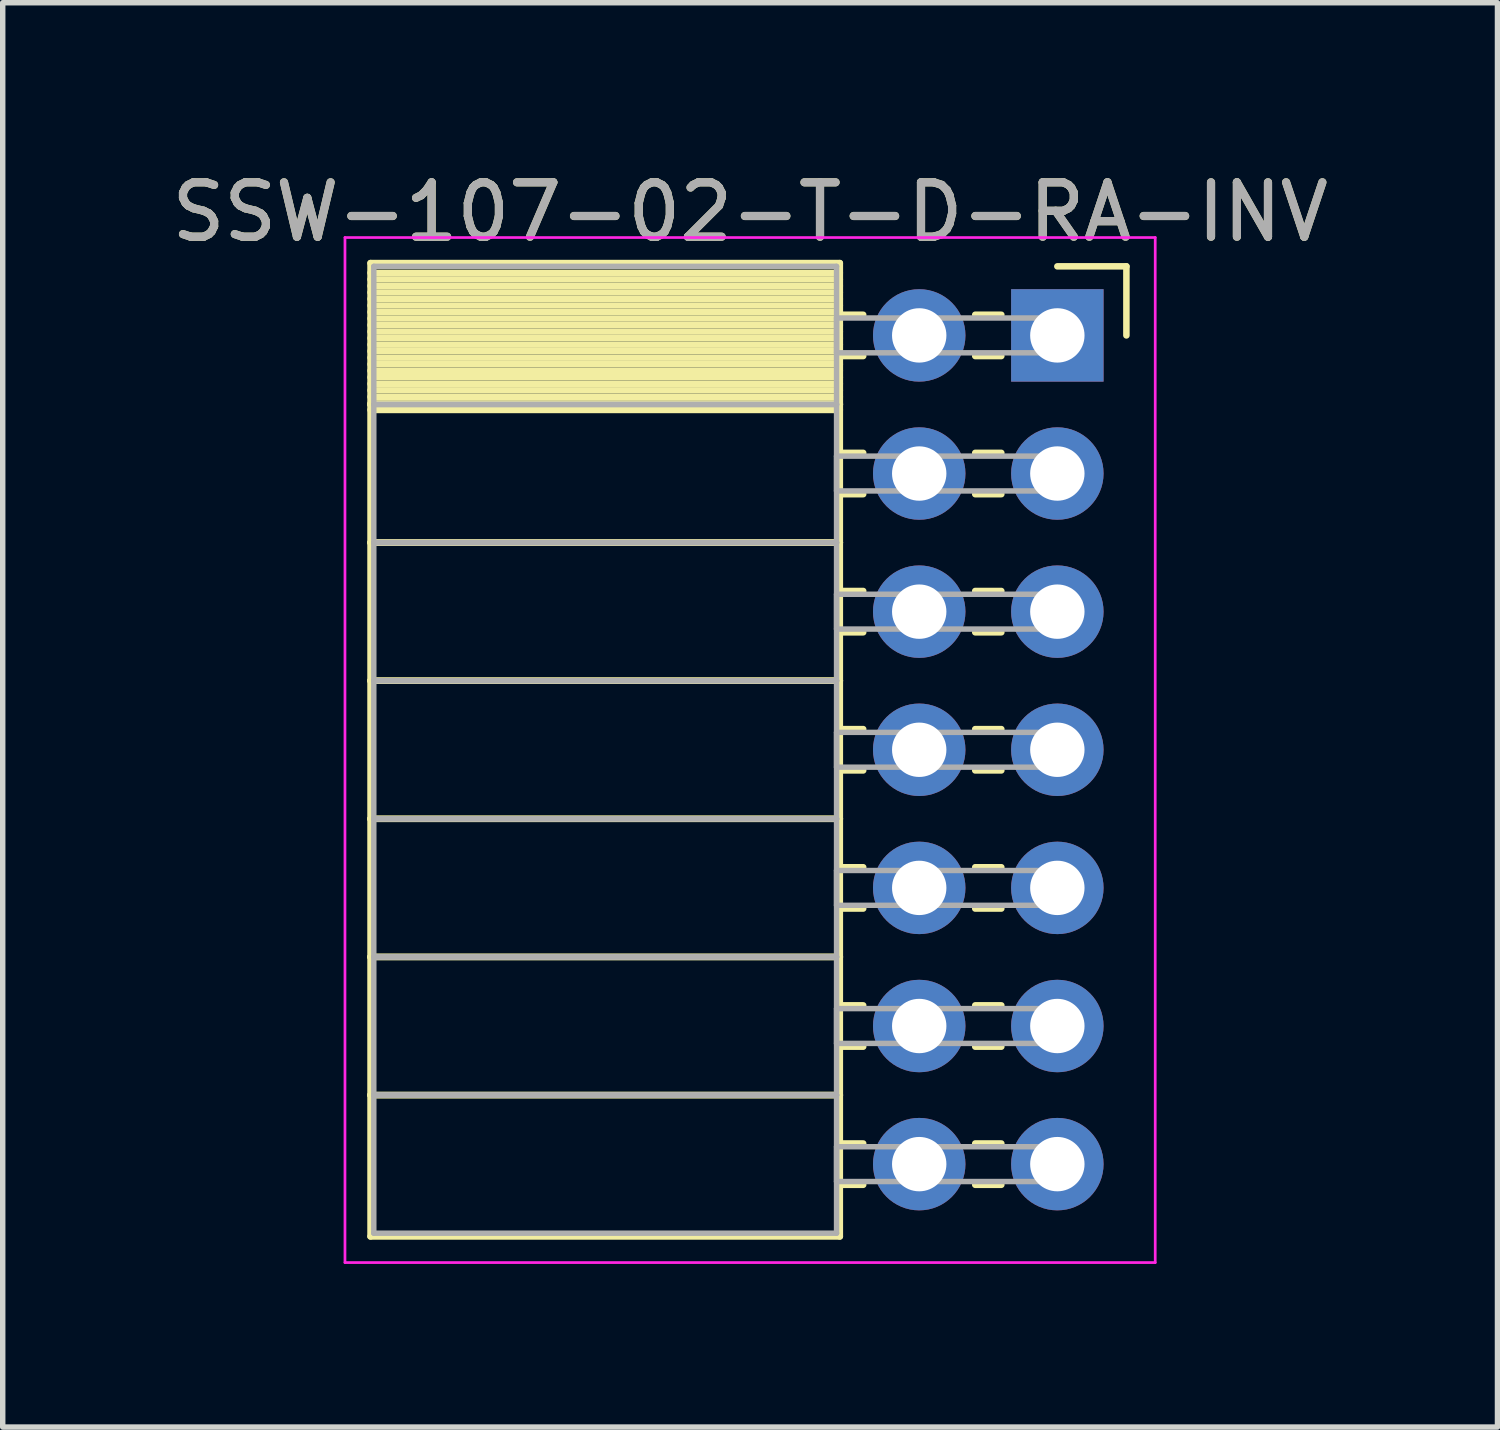
<source format=kicad_pcb>
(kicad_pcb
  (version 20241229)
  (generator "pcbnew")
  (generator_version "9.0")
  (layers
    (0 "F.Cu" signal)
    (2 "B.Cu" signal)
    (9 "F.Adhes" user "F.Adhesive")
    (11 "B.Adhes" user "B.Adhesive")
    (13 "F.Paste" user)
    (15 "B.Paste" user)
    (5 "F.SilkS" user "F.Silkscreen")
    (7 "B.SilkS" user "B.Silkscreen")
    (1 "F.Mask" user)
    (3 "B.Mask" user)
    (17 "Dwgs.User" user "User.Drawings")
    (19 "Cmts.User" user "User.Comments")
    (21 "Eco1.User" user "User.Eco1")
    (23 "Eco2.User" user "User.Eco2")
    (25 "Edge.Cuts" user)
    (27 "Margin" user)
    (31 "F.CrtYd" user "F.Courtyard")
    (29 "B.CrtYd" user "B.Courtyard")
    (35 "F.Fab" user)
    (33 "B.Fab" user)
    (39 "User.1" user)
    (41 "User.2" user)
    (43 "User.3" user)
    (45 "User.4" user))
  (footprint "SSW-107-02-T-D-RA-INV"
    (layer "F.Cu")
    (at 16.394 3.118)
    (property "Reference" "SSW-107-02-T-D-RA-INV" (at -5.65 -2.27 0) (layer "F.SilkS") (effects (font (size 1 1) (thickness 0.15))))
    (attr through_hole)
    (fp_line (start -12.63 -1.33) (end -4 -1.33) (stroke (width 0.12) (type solid)) (layer "F.SilkS"))
    (fp_line (start -12.63 1.27) (end -12.63 -1.33) (stroke (width 0.12) (type solid)) (layer "F.SilkS"))
    (fp_line (start -12.63 1.27) (end -4 1.27) (stroke (width 0.12) (type solid)) (layer "F.SilkS"))
    (fp_line (start -12.63 3.81) (end -12.63 1.27) (stroke (width 0.12) (type solid)) (layer "F.SilkS"))
    (fp_line (start -12.63 3.81) (end -4 3.81) (stroke (width 0.12) (type solid)) (layer "F.SilkS"))
    (fp_line (start -12.63 6.35) (end -12.63 3.81) (stroke (width 0.12) (type solid)) (layer "F.SilkS"))
    (fp_line (start -12.63 6.35) (end -4 6.35) (stroke (width 0.12) (type solid)) (layer "F.SilkS"))
    (fp_line (start -12.63 8.89) (end -12.63 6.35) (stroke (width 0.12) (type solid)) (layer "F.SilkS"))
    (fp_line (start -12.63 8.89) (end -4 8.89) (stroke (width 0.12) (type solid)) (layer "F.SilkS"))
    (fp_line (start -12.63 11.43) (end -12.63 8.89) (stroke (width 0.12) (type solid)) (layer "F.SilkS"))
    (fp_line (start -12.63 11.43) (end -4 11.43) (stroke (width 0.12) (type solid)) (layer "F.SilkS"))
    (fp_line (start -12.63 13.97) (end -12.63 11.43) (stroke (width 0.12) (type solid)) (layer "F.SilkS"))
    (fp_line (start -12.63 13.97) (end -4 13.97) (stroke (width 0.12) (type solid)) (layer "F.SilkS"))
    (fp_line (start -12.63 16.57) (end -12.63 13.97) (stroke (width 0.12) (type solid)) (layer "F.SilkS"))
    (fp_line (start -4 -1.33) (end -4 1.27) (stroke (width 0.12) (type solid)) (layer "F.SilkS"))
    (fp_line (start -4 -1.15) (end -12.63 -1.15) (stroke (width 0.12) (type solid)) (layer "F.SilkS"))
    (fp_line (start -4 -1.03) (end -12.63 -1.03) (stroke (width 0.12) (type solid)) (layer "F.SilkS"))
    (fp_line (start -4 -0.91) (end -12.63 -0.91) (stroke (width 0.12) (type solid)) (layer "F.SilkS"))
    (fp_line (start -4 -0.79) (end -12.63 -0.79) (stroke (width 0.12) (type solid)) (layer "F.SilkS"))
    (fp_line (start -4 -0.67) (end -12.63 -0.67) (stroke (width 0.12) (type solid)) (layer "F.SilkS"))
    (fp_line (start -4 -0.55) (end -12.63 -0.55) (stroke (width 0.12) (type solid)) (layer "F.SilkS"))
    (fp_line (start -4 -0.43) (end -12.63 -0.43) (stroke (width 0.12) (type solid)) (layer "F.SilkS"))
    (fp_line (start -4 -0.31) (end -12.63 -0.31) (stroke (width 0.12) (type solid)) (layer "F.SilkS"))
    (fp_line (start -4 -0.19) (end -12.63 -0.19) (stroke (width 0.12) (type solid)) (layer "F.SilkS"))
    (fp_line (start -4 -0.07) (end -12.63 -0.07) (stroke (width 0.12) (type solid)) (layer "F.SilkS"))
    (fp_line (start -4 0.05) (end -12.63 0.05) (stroke (width 0.12) (type solid)) (layer "F.SilkS"))
    (fp_line (start -4 0.17) (end -12.63 0.17) (stroke (width 0.12) (type solid)) (layer "F.SilkS"))
    (fp_line (start -4 0.29) (end -12.63 0.29) (stroke (width 0.12) (type solid)) (layer "F.SilkS"))
    (fp_line (start -4 0.41) (end -12.63 0.41) (stroke (width 0.12) (type solid)) (layer "F.SilkS"))
    (fp_line (start -4 0.53) (end -12.63 0.53) (stroke (width 0.12) (type solid)) (layer "F.SilkS"))
    (fp_line (start -4 0.65) (end -12.63 0.65) (stroke (width 0.12) (type solid)) (layer "F.SilkS"))
    (fp_line (start -4 0.77) (end -12.63 0.77) (stroke (width 0.12) (type solid)) (layer "F.SilkS"))
    (fp_line (start -4 0.89) (end -12.63 0.89) (stroke (width 0.12) (type solid)) (layer "F.SilkS"))
    (fp_line (start -4 1.01) (end -12.63 1.01) (stroke (width 0.12) (type solid)) (layer "F.SilkS"))
    (fp_line (start -4 1.13) (end -12.63 1.13) (stroke (width 0.12) (type solid)) (layer "F.SilkS"))
    (fp_line (start -4 1.25) (end -12.63 1.25) (stroke (width 0.12) (type solid)) (layer "F.SilkS"))
    (fp_line (start -4 1.27) (end -12.63 1.27) (stroke (width 0.12) (type solid)) (layer "F.SilkS"))
    (fp_line (start -4 1.27) (end -4 3.81) (stroke (width 0.12) (type solid)) (layer "F.SilkS"))
    (fp_line (start -4 1.37) (end -12.63 1.37) (stroke (width 0.12) (type solid)) (layer "F.SilkS"))
    (fp_line (start -4 3.81) (end -12.63 3.81) (stroke (width 0.12) (type solid)) (layer "F.SilkS"))
    (fp_line (start -4 3.81) (end -4 6.35) (stroke (width 0.12) (type solid)) (layer "F.SilkS"))
    (fp_line (start -4 6.35) (end -12.63 6.35) (stroke (width 0.12) (type solid)) (layer "F.SilkS"))
    (fp_line (start -4 6.35) (end -4 8.89) (stroke (width 0.12) (type solid)) (layer "F.SilkS"))
    (fp_line (start -4 8.89) (end -12.63 8.89) (stroke (width 0.12) (type solid)) (layer "F.SilkS"))
    (fp_line (start -4 8.89) (end -4 11.43) (stroke (width 0.12) (type solid)) (layer "F.SilkS"))
    (fp_line (start -4 11.43) (end -12.63 11.43) (stroke (width 0.12) (type solid)) (layer "F.SilkS"))
    (fp_line (start -4 11.43) (end -4 13.97) (stroke (width 0.12) (type solid)) (layer "F.SilkS"))
    (fp_line (start -4 13.97) (end -12.63 13.97) (stroke (width 0.12) (type solid)) (layer "F.SilkS"))
    (fp_line (start -4 13.97) (end -4 16.57) (stroke (width 0.12) (type solid)) (layer "F.SilkS"))
    (fp_line (start -4 16.57) (end -12.63 16.57) (stroke (width 0.12) (type solid)) (layer "F.SilkS"))
    (fp_line (start -3.57 -0.38) (end -4 -0.38) (stroke (width 0.12) (type solid)) (layer "F.SilkS"))
    (fp_line (start -3.57 0.38) (end -4 0.38) (stroke (width 0.12) (type solid)) (layer "F.SilkS"))
    (fp_line (start -3.57 2.16) (end -4 2.16) (stroke (width 0.12) (type solid)) (layer "F.SilkS"))
    (fp_line (start -3.57 2.92) (end -4 2.92) (stroke (width 0.12) (type solid)) (layer "F.SilkS"))
    (fp_line (start -3.57 4.7) (end -4 4.7) (stroke (width 0.12) (type solid)) (layer "F.SilkS"))
    (fp_line (start -3.57 5.46) (end -4 5.46) (stroke (width 0.12) (type solid)) (layer "F.SilkS"))
    (fp_line (start -3.57 7.24) (end -4 7.24) (stroke (width 0.12) (type solid)) (layer "F.SilkS"))
    (fp_line (start -3.57 8) (end -4 8) (stroke (width 0.12) (type solid)) (layer "F.SilkS"))
    (fp_line (start -3.57 9.78) (end -4 9.78) (stroke (width 0.12) (type solid)) (layer "F.SilkS"))
    (fp_line (start -3.57 10.54) (end -4 10.54) (stroke (width 0.12) (type solid)) (layer "F.SilkS"))
    (fp_line (start -3.57 12.32) (end -4 12.32) (stroke (width 0.12) (type solid)) (layer "F.SilkS"))
    (fp_line (start -3.57 13.08) (end -4 13.08) (stroke (width 0.12) (type solid)) (layer "F.SilkS"))
    (fp_line (start -3.57 14.86) (end -4 14.86) (stroke (width 0.12) (type solid)) (layer "F.SilkS"))
    (fp_line (start -3.57 15.62) (end -4 15.62) (stroke (width 0.12) (type solid)) (layer "F.SilkS"))
    (fp_line (start -1.03 -0.38) (end -1.51 -0.38) (stroke (width 0.12) (type solid)) (layer "F.SilkS"))
    (fp_line (start -1.03 0.38) (end -1.51 0.38) (stroke (width 0.12) (type solid)) (layer "F.SilkS"))
    (fp_line (start -1.03 2.16) (end -1.51 2.16) (stroke (width 0.12) (type solid)) (layer "F.SilkS"))
    (fp_line (start -1.03 2.92) (end -1.51 2.92) (stroke (width 0.12) (type solid)) (layer "F.SilkS"))
    (fp_line (start -1.03 4.7) (end -1.51 4.7) (stroke (width 0.12) (type solid)) (layer "F.SilkS"))
    (fp_line (start -1.03 5.46) (end -1.51 5.46) (stroke (width 0.12) (type solid)) (layer "F.SilkS"))
    (fp_line (start -1.03 7.24) (end -1.51 7.24) (stroke (width 0.12) (type solid)) (layer "F.SilkS"))
    (fp_line (start -1.03 8) (end -1.51 8) (stroke (width 0.12) (type solid)) (layer "F.SilkS"))
    (fp_line (start -1.03 9.78) (end -1.51 9.78) (stroke (width 0.12) (type solid)) (layer "F.SilkS"))
    (fp_line (start -1.03 10.54) (end -1.51 10.54) (stroke (width 0.12) (type solid)) (layer "F.SilkS"))
    (fp_line (start -1.03 12.32) (end -1.51 12.32) (stroke (width 0.12) (type solid)) (layer "F.SilkS"))
    (fp_line (start -1.03 13.08) (end -1.51 13.08) (stroke (width 0.12) (type solid)) (layer "F.SilkS"))
    (fp_line (start -1.03 14.86) (end -1.51 14.86) (stroke (width 0.12) (type solid)) (layer "F.SilkS"))
    (fp_line (start -1.03 15.62) (end -1.51 15.62) (stroke (width 0.12) (type solid)) (layer "F.SilkS"))
    (fp_line (start 0 -1.27) (end 1.27 -1.27) (stroke (width 0.12) (type solid)) (layer "F.SilkS"))
    (fp_line (start 1.27 -1.27) (end 1.27 0) (stroke (width 0.12) (type solid)) (layer "F.SilkS"))
    (fp_line (start -13.1 -1.8) (end 1.8 -1.8) (stroke (width 0.05) (type solid)) (layer "F.CrtYd"))
    (fp_line (start -13.1 17.05) (end -13.1 -1.8) (stroke (width 0.05) (type solid)) (layer "F.CrtYd"))
    (fp_line (start 1.8 -1.8) (end 1.8 17.05) (stroke (width 0.05) (type solid)) (layer "F.CrtYd"))
    (fp_line (start 1.8 17.05) (end -13.1 17.05) (stroke (width 0.05) (type solid)) (layer "F.CrtYd"))
    (fp_line (start -12.57 -1.27) (end -4.06 -1.27) (stroke (width 0.1) (type solid)) (layer "F.Fab"))
    (fp_line (start -12.57 1.27) (end -12.57 -1.27) (stroke (width 0.1) (type solid)) (layer "F.Fab"))
    (fp_line (start -12.57 1.27) (end -4.06 1.27) (stroke (width 0.1) (type solid)) (layer "F.Fab"))
    (fp_line (start -12.57 3.81) (end -12.57 1.27) (stroke (width 0.1) (type solid)) (layer "F.Fab"))
    (fp_line (start -12.57 3.81) (end -4.06 3.81) (stroke (width 0.1) (type solid)) (layer "F.Fab"))
    (fp_line (start -12.57 6.35) (end -12.57 3.81) (stroke (width 0.1) (type solid)) (layer "F.Fab"))
    (fp_line (start -12.57 6.35) (end -4.06 6.35) (stroke (width 0.1) (type solid)) (layer "F.Fab"))
    (fp_line (start -12.57 8.89) (end -12.57 6.35) (stroke (width 0.1) (type solid)) (layer "F.Fab"))
    (fp_line (start -12.57 8.89) (end -4.06 8.89) (stroke (width 0.1) (type solid)) (layer "F.Fab"))
    (fp_line (start -12.57 11.43) (end -12.57 8.89) (stroke (width 0.1) (type solid)) (layer "F.Fab"))
    (fp_line (start -12.57 11.43) (end -4.06 11.43) (stroke (width 0.1) (type solid)) (layer "F.Fab"))
    (fp_line (start -12.57 13.97) (end -12.57 11.43) (stroke (width 0.1) (type solid)) (layer "F.Fab"))
    (fp_line (start -12.57 13.97) (end -4.06 13.97) (stroke (width 0.1) (type solid)) (layer "F.Fab"))
    (fp_line (start -12.57 16.51) (end -12.57 13.97) (stroke (width 0.1) (type solid)) (layer "F.Fab"))
    (fp_line (start -4.06 -1.27) (end -4.06 1.27) (stroke (width 0.1) (type solid)) (layer "F.Fab"))
    (fp_line (start -4.06 -0.32) (end 0 -0.32) (stroke (width 0.1) (type solid)) (layer "F.Fab"))
    (fp_line (start -4.06 0.32) (end -4.06 -0.32) (stroke (width 0.1) (type solid)) (layer "F.Fab"))
    (fp_line (start -4.06 1.27) (end -12.57 1.27) (stroke (width 0.1) (type solid)) (layer "F.Fab"))
    (fp_line (start -4.06 1.27) (end -4.06 3.81) (stroke (width 0.1) (type solid)) (layer "F.Fab"))
    (fp_line (start -4.06 2.22) (end 0 2.22) (stroke (width 0.1) (type solid)) (layer "F.Fab"))
    (fp_line (start -4.06 2.86) (end -4.06 2.22) (stroke (width 0.1) (type solid)) (layer "F.Fab"))
    (fp_line (start -4.06 3.81) (end -12.57 3.81) (stroke (width 0.1) (type solid)) (layer "F.Fab"))
    (fp_line (start -4.06 3.81) (end -4.06 6.35) (stroke (width 0.1) (type solid)) (layer "F.Fab"))
    (fp_line (start -4.06 4.76) (end 0 4.76) (stroke (width 0.1) (type solid)) (layer "F.Fab"))
    (fp_line (start -4.06 5.4) (end -4.06 4.76) (stroke (width 0.1) (type solid)) (layer "F.Fab"))
    (fp_line (start -4.06 6.35) (end -12.57 6.35) (stroke (width 0.1) (type solid)) (layer "F.Fab"))
    (fp_line (start -4.06 6.35) (end -4.06 8.89) (stroke (width 0.1) (type solid)) (layer "F.Fab"))
    (fp_line (start -4.06 7.3) (end 0 7.3) (stroke (width 0.1) (type solid)) (layer "F.Fab"))
    (fp_line (start -4.06 7.94) (end -4.06 7.3) (stroke (width 0.1) (type solid)) (layer "F.Fab"))
    (fp_line (start -4.06 8.89) (end -12.57 8.89) (stroke (width 0.1) (type solid)) (layer "F.Fab"))
    (fp_line (start -4.06 8.89) (end -4.06 11.43) (stroke (width 0.1) (type solid)) (layer "F.Fab"))
    (fp_line (start -4.06 9.84) (end 0 9.84) (stroke (width 0.1) (type solid)) (layer "F.Fab"))
    (fp_line (start -4.06 10.48) (end -4.06 9.84) (stroke (width 0.1) (type solid)) (layer "F.Fab"))
    (fp_line (start -4.06 11.43) (end -12.57 11.43) (stroke (width 0.1) (type solid)) (layer "F.Fab"))
    (fp_line (start -4.06 11.43) (end -4.06 13.97) (stroke (width 0.1) (type solid)) (layer "F.Fab"))
    (fp_line (start -4.06 12.38) (end 0 12.38) (stroke (width 0.1) (type solid)) (layer "F.Fab"))
    (fp_line (start -4.06 13.02) (end -4.06 12.38) (stroke (width 0.1) (type solid)) (layer "F.Fab"))
    (fp_line (start -4.06 13.97) (end -12.57 13.97) (stroke (width 0.1) (type solid)) (layer "F.Fab"))
    (fp_line (start -4.06 13.97) (end -4.06 16.51) (stroke (width 0.1) (type solid)) (layer "F.Fab"))
    (fp_line (start -4.06 14.92) (end 0 14.92) (stroke (width 0.1) (type solid)) (layer "F.Fab"))
    (fp_line (start -4.06 15.56) (end -4.06 14.92) (stroke (width 0.1) (type solid)) (layer "F.Fab"))
    (fp_line (start -4.06 16.51) (end -12.57 16.51) (stroke (width 0.1) (type solid)) (layer "F.Fab"))
    (fp_line (start 0 -0.32) (end 0 0.32) (stroke (width 0.1) (type solid)) (layer "F.Fab"))
    (fp_line (start 0 0.32) (end -4.06 0.32) (stroke (width 0.1) (type solid)) (layer "F.Fab"))
    (fp_line (start 0 2.22) (end 0 2.86) (stroke (width 0.1) (type solid)) (layer "F.Fab"))
    (fp_line (start 0 2.86) (end -4.06 2.86) (stroke (width 0.1) (type solid)) (layer "F.Fab"))
    (fp_line (start 0 4.76) (end 0 5.4) (stroke (width 0.1) (type solid)) (layer "F.Fab"))
    (fp_line (start 0 5.4) (end -4.06 5.4) (stroke (width 0.1) (type solid)) (layer "F.Fab"))
    (fp_line (start 0 7.3) (end 0 7.94) (stroke (width 0.1) (type solid)) (layer "F.Fab"))
    (fp_line (start 0 7.94) (end -4.06 7.94) (stroke (width 0.1) (type solid)) (layer "F.Fab"))
    (fp_line (start 0 9.84) (end 0 10.48) (stroke (width 0.1) (type solid)) (layer "F.Fab"))
    (fp_line (start 0 10.48) (end -4.06 10.48) (stroke (width 0.1) (type solid)) (layer "F.Fab"))
    (fp_line (start 0 12.38) (end 0 13.02) (stroke (width 0.1) (type solid)) (layer "F.Fab"))
    (fp_line (start 0 13.02) (end -4.06 13.02) (stroke (width 0.1) (type solid)) (layer "F.Fab"))
    (fp_line (start 0 14.92) (end 0 15.56) (stroke (width 0.1) (type solid)) (layer "F.Fab"))
    (fp_line (start 0 15.56) (end -4.06 15.56) (stroke (width 0.1) (type solid)) (layer "F.Fab"))
    (fp_text user "${REFERENCE}" (at -5.65 -2.27 0) (layer "F.Fab") (effects (font (size 1 1) (thickness 0.15))))
    (pad "1" thru_hole rect (at 0 0) (size 1.7 1.7) (drill 1) (layers "*.Cu" "*.Mask"))
    (pad "2" thru_hole oval (at -2.54 0) (size 1.7 1.7) (drill 1) (layers "*.Cu" "*.Mask"))
    (pad "3" thru_hole oval (at 0 2.54) (size 1.7 1.7) (drill 1) (layers "*.Cu" "*.Mask"))
    (pad "4" thru_hole oval (at -2.54 2.54) (size 1.7 1.7) (drill 1) (layers "*.Cu" "*.Mask"))
    (pad "5" thru_hole oval (at 0 5.08) (size 1.7 1.7) (drill 1) (layers "*.Cu" "*.Mask"))
    (pad "6" thru_hole oval (at -2.54 5.08) (size 1.7 1.7) (drill 1) (layers "*.Cu" "*.Mask"))
    (pad "7" thru_hole oval (at 0 7.62) (size 1.7 1.7) (drill 1) (layers "*.Cu" "*.Mask"))
    (pad "8" thru_hole oval (at -2.54 7.62) (size 1.7 1.7) (drill 1) (layers "*.Cu" "*.Mask"))
    (pad "9" thru_hole oval (at 0 10.16) (size 1.7 1.7) (drill 1) (layers "*.Cu" "*.Mask"))
    (pad "10" thru_hole oval (at -2.54 10.16) (size 1.7 1.7) (drill 1) (layers "*.Cu" "*.Mask"))
    (pad "11" thru_hole oval (at 0 12.7) (size 1.7 1.7) (drill 1) (layers "*.Cu" "*.Mask"))
    (pad "12" thru_hole oval (at -2.54 12.7) (size 1.7 1.7) (drill 1) (layers "*.Cu" "*.Mask"))
    (pad "13" thru_hole oval (at 0 15.24) (size 1.7 1.7) (drill 1) (layers "*.Cu" "*.Mask"))
    (pad "14" thru_hole oval (at -2.54 15.24) (size 1.7 1.7) (drill 1) (layers "*.Cu" "*.Mask")))
  (gr_rect
    (start -3 -3)
    (end 24.488 23.193)
    (stroke (width 0.1) (type default))
    (fill no)
    (layer "Edge.Cuts")))
</source>
